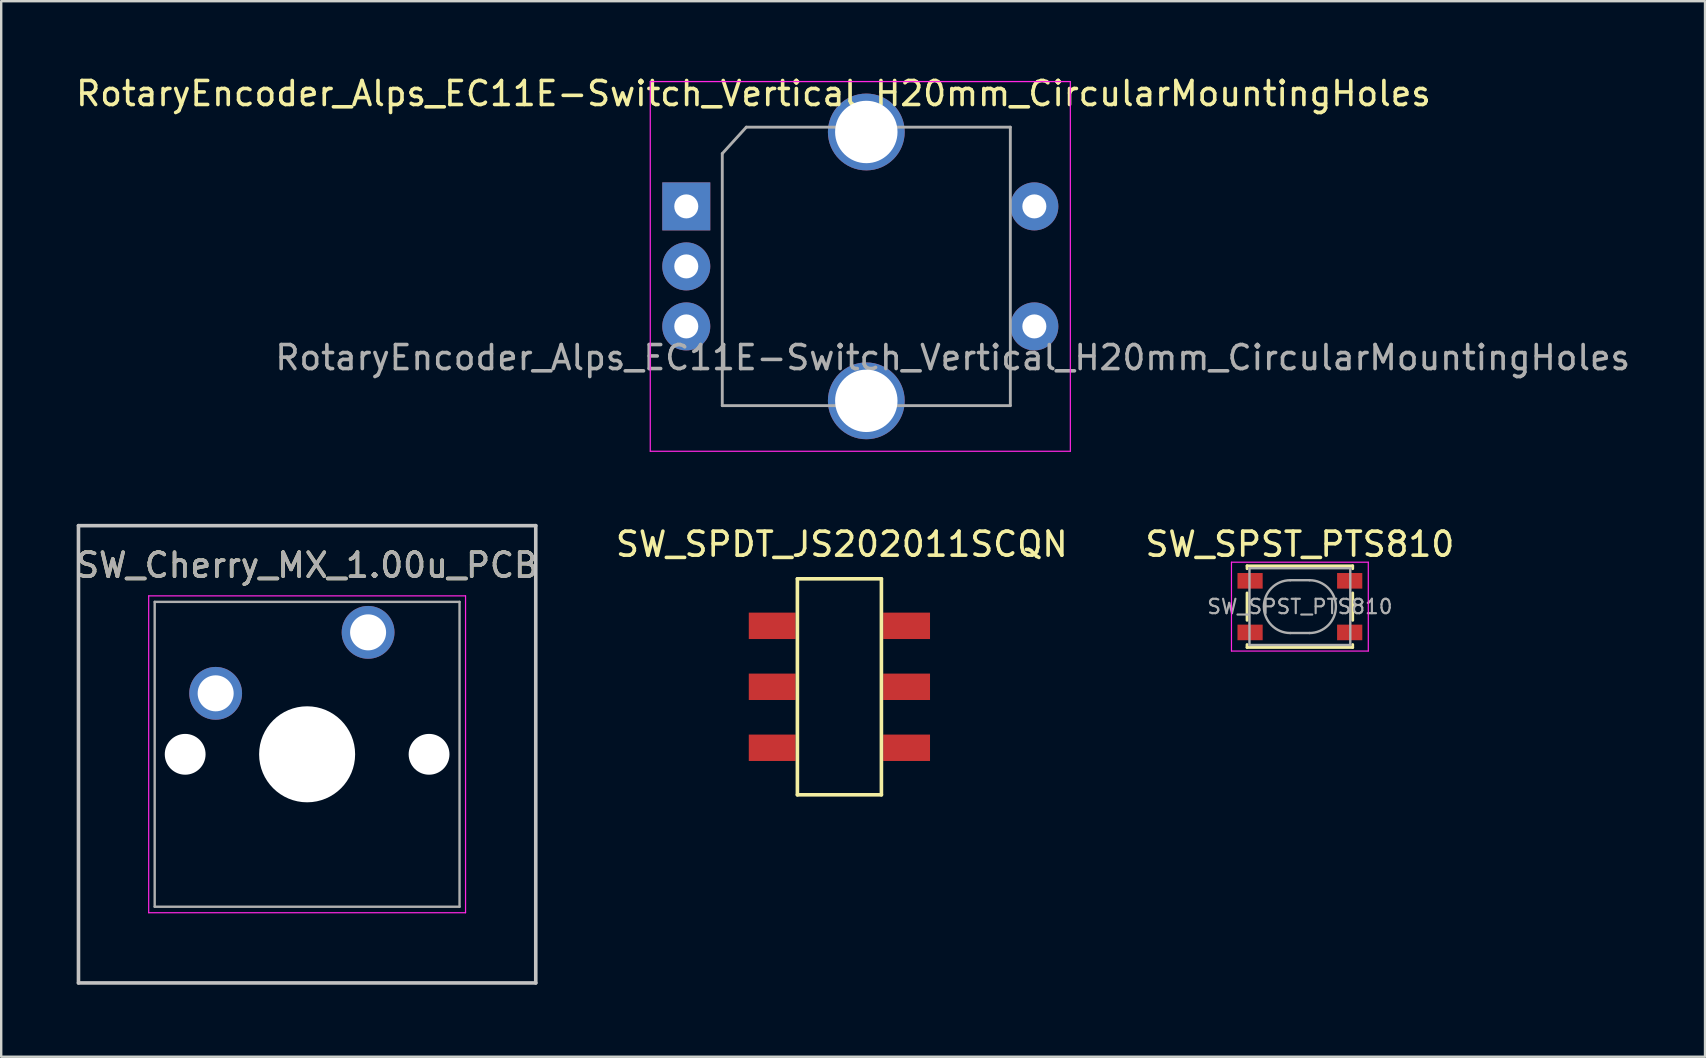
<source format=kicad_pcb>
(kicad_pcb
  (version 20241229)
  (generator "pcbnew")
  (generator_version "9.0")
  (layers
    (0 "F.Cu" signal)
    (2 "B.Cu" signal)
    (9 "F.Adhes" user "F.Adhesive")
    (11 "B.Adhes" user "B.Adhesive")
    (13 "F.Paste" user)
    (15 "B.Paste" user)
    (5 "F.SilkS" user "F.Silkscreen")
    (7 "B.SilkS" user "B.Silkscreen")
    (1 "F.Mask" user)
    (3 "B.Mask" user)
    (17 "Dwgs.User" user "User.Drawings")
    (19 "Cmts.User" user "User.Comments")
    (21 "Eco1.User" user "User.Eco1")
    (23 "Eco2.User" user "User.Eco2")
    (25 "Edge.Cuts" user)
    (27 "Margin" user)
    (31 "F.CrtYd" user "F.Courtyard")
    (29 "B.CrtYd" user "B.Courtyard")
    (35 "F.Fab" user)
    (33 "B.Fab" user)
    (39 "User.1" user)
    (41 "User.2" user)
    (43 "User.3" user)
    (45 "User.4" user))
  (footprint "SW_Cherry_MX_1.00u_PCB"
    (layer "F.Cu")
    (at 12.284 23.293)
    (property "Reference" "SW_Cherry_MX_1.00u_PCB" (at -2.54 -2.794 0) (layer "F.SilkS") (effects (font (size 1 1) (thickness 0.15))))
    (attr through_hole)
    (fp_line (start -12.065 -4.445) (end 6.985 -4.445) (stroke (width 0.15) (type solid)) (layer "Dwgs.User"))
    (fp_line (start -12.065 14.605) (end -12.065 -4.445) (stroke (width 0.15) (type solid)) (layer "Dwgs.User"))
    (fp_line (start 6.985 -4.445) (end 6.985 14.605) (stroke (width 0.15) (type solid)) (layer "Dwgs.User"))
    (fp_line (start 6.985 14.605) (end -12.065 14.605) (stroke (width 0.15) (type solid)) (layer "Dwgs.User"))
    (fp_line (start -9.14 -1.52) (end 4.06 -1.52) (stroke (width 0.05) (type solid)) (layer "F.CrtYd"))
    (fp_line (start -9.14 11.68) (end -9.14 -1.52) (stroke (width 0.05) (type solid)) (layer "F.CrtYd"))
    (fp_line (start 4.06 -1.52) (end 4.06 11.68) (stroke (width 0.05) (type solid)) (layer "F.CrtYd"))
    (fp_line (start 4.06 11.68) (end -9.14 11.68) (stroke (width 0.05) (type solid)) (layer "F.CrtYd"))
    (fp_line (start -8.89 -1.27) (end 3.81 -1.27) (stroke (width 0.1) (type solid)) (layer "F.Fab"))
    (fp_line (start -8.89 11.43) (end -8.89 -1.27) (stroke (width 0.1) (type solid)) (layer "F.Fab"))
    (fp_line (start 3.81 -1.27) (end 3.81 11.43) (stroke (width 0.1) (type solid)) (layer "F.Fab"))
    (fp_line (start 3.81 11.43) (end -8.89 11.43) (stroke (width 0.1) (type solid)) (layer "F.Fab"))
    (fp_text user "${REFERENCE}" (at -2.54 -2.794 0) (layer "F.Fab") (effects (font (size 1 1) (thickness 0.15))))
    (pad "" np_thru_hole circle (at -7.62 5.08) (size 1.7 1.7) (drill 1.7) (layers "*.Cu" "*.Mask"))
    (pad "" np_thru_hole circle (at -2.54 5.08) (size 4 4) (drill 4) (layers "*.Cu" "*.Mask"))
    (pad "" np_thru_hole circle (at 2.54 5.08) (size 1.7 1.7) (drill 1.7) (layers "*.Cu" "*.Mask"))
    (pad "1" thru_hole circle (at 0 0) (size 2.2 2.2) (drill 1.5) (layers "*.Cu" "*.Mask"))
    (pad "2" thru_hole circle (at -6.35 2.54) (size 2.2 2.2) (drill 1.5) (layers "*.Cu" "*.Mask")))
  (footprint "SW_SPDT_JS202011SCQN"
    (layer "F.Cu")
    (at 31.918 25.561)
    (property "Reference" "SW_SPDT_JS202011SCQN" (at 0.1 -5.94 180) (layer "F.SilkS") (effects (font (size 1 1) (thickness 0.15))))
    (attr through_hole)
    (fp_line (start -1.75 -4.5) (end -1.75 4.5) (stroke (width 0.15) (type solid)) (layer "F.SilkS"))
    (fp_line (start -1.75 4.5) (end 1.75 4.5) (stroke (width 0.15) (type solid)) (layer "F.SilkS"))
    (fp_line (start 1.75 -4.5) (end -1.75 -4.5) (stroke (width 0.15) (type solid)) (layer "F.SilkS"))
    (fp_line (start 1.75 4.5) (end 1.75 -4.5) (stroke (width 0.15) (type solid)) (layer "F.SilkS"))
    (pad "1" smd rect (at -2.8 -2.54) (size 1.95 1.1) (layers "F.Cu" "F.Mask" "F.Paste"))
    (pad "1" smd rect (at 2.8 -2.54) (size 1.95 1.1) (layers "F.Cu" "F.Mask" "F.Paste"))
    (pad "2" smd rect (at -2.8 0) (size 1.95 1.1) (layers "F.Cu" "F.Mask" "F.Paste"))
    (pad "2" smd rect (at 2.8 0) (size 1.95 1.1) (layers "F.Cu" "F.Mask" "F.Paste"))
    (pad "3" smd rect (at -2.8 2.54) (size 1.95 1.1) (layers "F.Cu" "F.Mask" "F.Paste"))
    (pad "3" smd rect (at 2.8 2.54) (size 1.95 1.1) (layers "F.Cu" "F.Mask" "F.Paste")))
  (footprint "RotaryEncoder_Alps_EC11E-Switch_Vertical_H20mm_CircularMountingHoles"
    (layer "F.Cu")
    (at 25.539 5.548)
    (property "Reference" "RotaryEncoder_Alps_EC11E-Switch_Vertical_H20mm_CircularMountingHoles" (at 2.8 -4.7 0) (layer "F.SilkS") (effects (font (size 1 1) (thickness 0.15))))
    (attr through_hole)
    (fp_line (start -1.5 -5.2) (end -1.5 10.2) (stroke (width 0.05) (type solid)) (layer "F.CrtYd"))
    (fp_line (start -1.5 -5.2) (end 16 -5.2) (stroke (width 0.05) (type solid)) (layer "F.CrtYd"))
    (fp_line (start 16 10.2) (end -1.5 10.2) (stroke (width 0.05) (type solid)) (layer "F.CrtYd"))
    (fp_line (start 16 10.2) (end 16 -5.2) (stroke (width 0.05) (type solid)) (layer "F.CrtYd"))
    (fp_line (start 1.5 -2.2) (end 2.5 -3.3) (stroke (width 0.12) (type solid)) (layer "F.Fab"))
    (fp_line (start 1.5 8.3) (end 1.5 -2.2) (stroke (width 0.12) (type solid)) (layer "F.Fab"))
    (fp_line (start 2.5 -3.3) (end 13.5 -3.3) (stroke (width 0.12) (type solid)) (layer "F.Fab"))
    (fp_line (start 13.5 -3.3) (end 13.5 8.3) (stroke (width 0.12) (type solid)) (layer "F.Fab"))
    (fp_line (start 13.5 8.3) (end 1.5 8.3) (stroke (width 0.12) (type solid)) (layer "F.Fab"))
    (fp_text user "${REFERENCE}" (at 11.1 6.3 0) (layer "F.Fab") (effects (font (size 1 1) (thickness 0.15))))
    (pad "A" thru_hole rect (at 0 0) (size 2 2) (drill 1) (layers "*.Cu" "*.Mask"))
    (pad "B" thru_hole circle (at 0 5) (size 2 2) (drill 1) (layers "*.Cu" "*.Mask"))
    (pad "C" thru_hole circle (at 0 2.5) (size 2 2) (drill 1) (layers "*.Cu" "*.Mask"))
    (pad "MP" thru_hole circle (at 7.5 -3.1) (size 3.2 3.2) (drill 2.6) (layers "*.Cu" "*.Mask"))
    (pad "MP" thru_hole circle (at 7.5 8.1) (size 3.2 3.2) (drill 2.6) (layers "*.Cu" "*.Mask"))
    (pad "S1" thru_hole circle (at 14.5 5) (size 2 2) (drill 1) (layers "*.Cu" "*.Mask"))
    (pad "S2" thru_hole circle (at 14.5 0) (size 2 2) (drill 1) (layers "*.Cu" "*.Mask")))
  (footprint "SW_SPST_PTS810"
    (layer "F.Cu")
    (at 51.101 22.221)
    (property "Reference" "SW_SPST_PTS810" (at 0 -2.6 0) (layer "F.SilkS") (effects (font (size 1 1) (thickness 0.15))))
    (attr smd)
    (fp_line (start -2.2 -1.7) (end -2.2 -1.58) (stroke (width 0.12) (type solid)) (layer "F.SilkS"))
    (fp_line (start -2.2 -0.57) (end -2.2 0.57) (stroke (width 0.12) (type solid)) (layer "F.SilkS"))
    (fp_line (start -2.2 1.58) (end -2.2 1.7) (stroke (width 0.12) (type solid)) (layer "F.SilkS"))
    (fp_line (start -2.2 1.7) (end 2.2 1.7) (stroke (width 0.12) (type solid)) (layer "F.SilkS"))
    (fp_line (start 2.2 -1.7) (end -2.2 -1.7) (stroke (width 0.12) (type solid)) (layer "F.SilkS"))
    (fp_line (start 2.2 -1.58) (end 2.2 -1.7) (stroke (width 0.12) (type solid)) (layer "F.SilkS"))
    (fp_line (start 2.2 0.57) (end 2.2 -0.57) (stroke (width 0.12) (type solid)) (layer "F.SilkS"))
    (fp_line (start 2.2 1.7) (end 2.2 1.58) (stroke (width 0.12) (type solid)) (layer "F.SilkS"))
    (fp_line (start -2.85 -1.85) (end 2.85 -1.85) (stroke (width 0.05) (type solid)) (layer "F.CrtYd"))
    (fp_line (start -2.85 1.85) (end -2.85 -1.85) (stroke (width 0.05) (type solid)) (layer "F.CrtYd"))
    (fp_line (start 2.85 -1.85) (end 2.85 1.85) (stroke (width 0.05) (type solid)) (layer "F.CrtYd"))
    (fp_line (start 2.85 1.85) (end -2.85 1.85) (stroke (width 0.05) (type solid)) (layer "F.CrtYd"))
    (fp_line (start -2.1 -1.6) (end -2.1 1.6) (stroke (width 0.1) (type solid)) (layer "F.Fab"))
    (fp_line (start -2.1 1.6) (end 2.1 1.6) (stroke (width 0.1) (type solid)) (layer "F.Fab"))
    (fp_line (start -0.4 -1.1) (end 0.4 -1.1) (stroke (width 0.1) (type solid)) (layer "F.Fab"))
    (fp_line (start 0.4 1.1) (end -0.4 1.1) (stroke (width 0.1) (type solid)) (layer "F.Fab"))
    (fp_line (start 2.1 -1.6) (end -2.1 -1.6) (stroke (width 0.1) (type solid)) (layer "F.Fab"))
    (fp_line (start 2.1 1.6) (end 2.1 -1.6) (stroke (width 0.1) (type solid)) (layer "F.Fab"))
    (fp_arc (start -0.4 1.1) (mid -1.5 0) (end -0.4 -1.1) (stroke (width 0.1) (type solid)) (layer "F.Fab"))
    (fp_arc (start 0.4 -1.1) (mid 1.5 0) (end 0.4 1.1) (stroke (width 0.1) (type solid)) (layer "F.Fab"))
    (fp_text user "${REFERENCE}" (at 0 0 0) (layer "F.Fab") (effects (font (size 0.6 0.6) (thickness 0.09))))
    (pad "1" smd rect (at -2.075 -1.075) (size 1.05 0.65) (layers "F.Cu" "F.Mask" "F.Paste"))
    (pad "1" smd rect (at 2.075 -1.075) (size 1.05 0.65) (layers "F.Cu" "F.Mask" "F.Paste"))
    (pad "2" smd rect (at -2.075 1.075) (size 1.05 0.65) (layers "F.Cu" "F.Mask" "F.Paste"))
    (pad "2" smd rect (at 2.075 1.075) (size 1.05 0.65) (layers "F.Cu" "F.Mask" "F.Paste")))
  (gr_rect
    (start -3 -3)
    (end 67.979 40.973)
    (stroke (width 0.1) (type default))
    (fill no)
    (layer "Edge.Cuts")))
</source>
